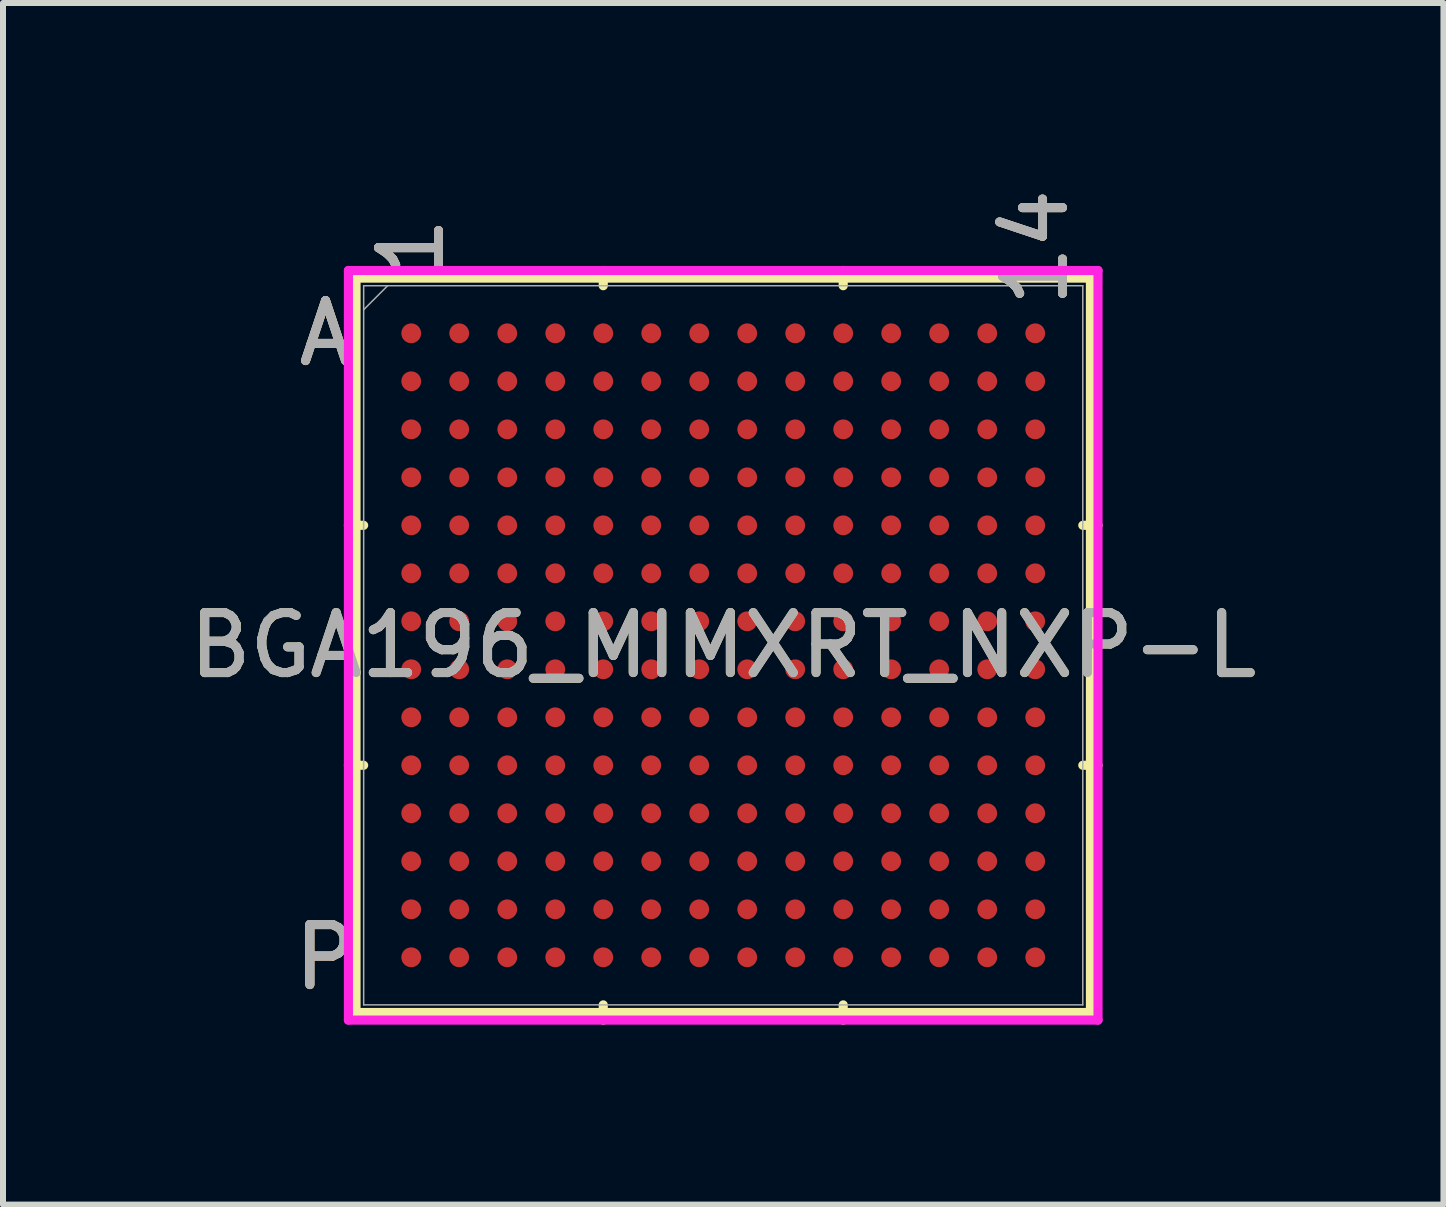
<source format=kicad_pcb>
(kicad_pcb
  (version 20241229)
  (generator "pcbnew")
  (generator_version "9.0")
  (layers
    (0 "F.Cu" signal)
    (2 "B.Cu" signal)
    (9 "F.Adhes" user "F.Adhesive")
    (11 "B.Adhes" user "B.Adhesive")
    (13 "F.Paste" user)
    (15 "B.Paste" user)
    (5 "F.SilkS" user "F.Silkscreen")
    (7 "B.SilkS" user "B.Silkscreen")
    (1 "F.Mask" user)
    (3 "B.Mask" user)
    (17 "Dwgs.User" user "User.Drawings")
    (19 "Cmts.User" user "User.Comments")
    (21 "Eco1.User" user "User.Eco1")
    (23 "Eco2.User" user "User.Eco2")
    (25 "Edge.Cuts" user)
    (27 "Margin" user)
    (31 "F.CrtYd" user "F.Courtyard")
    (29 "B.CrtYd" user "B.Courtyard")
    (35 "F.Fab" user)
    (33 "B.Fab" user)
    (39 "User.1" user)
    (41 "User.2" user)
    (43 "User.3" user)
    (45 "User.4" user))
  (footprint "BGA196_MIMXRT_NXP-L"
    (layer "F.Cu")
    (at 9.006 7.707)
    (property "Reference" "BGA196_MIMXRT_NXP-L" (at 0 0 0) (unlocked yes) (layer "F.SilkS") (effects (font (size 1 1) (thickness 0.15))))
    (attr smd)
    (fp_line (start -6.121 -6.121) (end -6.121 6.121) (stroke (width 0.152) (type solid)) (layer "F.SilkS"))
    (fp_line (start -6.121 6.121) (end 6.121 6.121) (stroke (width 0.152) (type solid)) (layer "F.SilkS"))
    (fp_line (start -5.994 -2) (end -6.248 -2) (stroke (width 0.152) (type solid)) (layer "F.SilkS"))
    (fp_line (start -5.994 2) (end -6.248 2) (stroke (width 0.152) (type solid)) (layer "F.SilkS"))
    (fp_line (start -2 -5.994) (end -2 -6.248) (stroke (width 0.152) (type solid)) (layer "F.SilkS"))
    (fp_line (start -2 5.994) (end -2 6.248) (stroke (width 0.152) (type solid)) (layer "F.SilkS"))
    (fp_line (start 2 -5.994) (end 2 -6.248) (stroke (width 0.152) (type solid)) (layer "F.SilkS"))
    (fp_line (start 2 5.994) (end 2 6.248) (stroke (width 0.152) (type solid)) (layer "F.SilkS"))
    (fp_line (start 5.994 -2) (end 6.248 -2) (stroke (width 0.152) (type solid)) (layer "F.SilkS"))
    (fp_line (start 5.994 2) (end 6.248 2) (stroke (width 0.152) (type solid)) (layer "F.SilkS"))
    (fp_line (start 6.121 -6.121) (end -6.121 -6.121) (stroke (width 0.152) (type solid)) (layer "F.SilkS"))
    (fp_line (start 6.121 6.121) (end 6.121 -6.121) (stroke (width 0.152) (type solid)) (layer "F.SilkS"))
    (fp_poly (pts (xy -6.045 -6.045) (xy 6.045 -6.045) (xy 6.045 6.045) (xy -6.045 6.045)) (stroke (width 0.1) (type solid)) (fill no) (layer "Eco2.User"))
    (fp_line (start -6.248 -6.248) (end 6.248 -6.248) (stroke (width 0.152) (type solid)) (layer "F.CrtYd"))
    (fp_line (start -6.248 6.248) (end -6.248 -6.248) (stroke (width 0.152) (type solid)) (layer "F.CrtYd"))
    (fp_line (start 6.248 -6.248) (end 6.248 6.248) (stroke (width 0.152) (type solid)) (layer "F.CrtYd"))
    (fp_line (start 6.248 6.248) (end -6.248 6.248) (stroke (width 0.152) (type solid)) (layer "F.CrtYd"))
    (fp_line (start -5.994 -5.994) (end -5.994 5.994) (stroke (width 0.025) (type solid)) (layer "F.Fab"))
    (fp_line (start -5.994 5.994) (end 5.994 5.994) (stroke (width 0.025) (type solid)) (layer "F.Fab"))
    (fp_line (start -5.594 -5.994) (end -5.994 -5.594) (stroke (width 0.025) (type solid)) (layer "F.Fab"))
    (fp_line (start 5.994 -5.994) (end -5.994 -5.994) (stroke (width 0.025) (type solid)) (layer "F.Fab"))
    (fp_line (start 5.994 5.994) (end 5.994 -5.994) (stroke (width 0.025) (type solid)) (layer "F.Fab"))
    (fp_text user "1" (at -5.201 -6.629 90) (unlocked yes) (layer "F.SilkS") (effects (font (size 1 1) (thickness 0.15))))
    (fp_text user "P" (at -6.629 5.201 0) (unlocked yes) (layer "F.SilkS") (effects (font (size 1 1) (thickness 0.15))))
    (fp_text user "A" (at -6.629 -5.201 0) (unlocked yes) (layer "F.SilkS") (effects (font (size 1 1) (thickness 0.15))))
    (fp_text user "14" (at 5.201 -6.629 90) (unlocked yes) (layer "F.SilkS") (effects (font (size 1 1) (thickness 0.15))))
    (fp_text user "A" (at -6.629 -5.201 0) (unlocked yes) (layer "B.SilkS") (effects (font (size 1 1) (thickness 0.15))))
    (fp_text user "14" (at 5.201 -6.629 90) (unlocked yes) (layer "B.SilkS") (effects (font (size 1 1) (thickness 0.15))))
    (fp_text user "P" (at -6.629 5.201 0) (unlocked yes) (layer "B.SilkS") (effects (font (size 1 1) (thickness 0.15))))
    (fp_text user "1" (at -5.201 -6.629 90) (unlocked yes) (layer "B.SilkS") (effects (font (size 1 1) (thickness 0.15))))
    (fp_text user "14" (at 5.201 -6.629 90) (unlocked yes) (layer "F.Fab") (effects (font (size 1 1) (thickness 0.15))))
    (fp_text user "A" (at -6.629 -5.201 0) (unlocked yes) (layer "F.Fab") (effects (font (size 1 1) (thickness 0.15))))
    (fp_text user "${REFERENCE}" (at 0 0 0) (unlocked yes) (layer "F.Fab") (effects (font (size 1 1) (thickness 0.15))))
    (fp_text user "1" (at -5.201 -6.629 90) (unlocked yes) (layer "F.Fab") (effects (font (size 1 1) (thickness 0.15))))
    (fp_text user "P" (at -6.629 5.201 0) (unlocked yes) (layer "F.Fab") (effects (font (size 1 1) (thickness 0.15))))
    (pad "A1" smd circle (at -5.201 -5.201) (size 0.33 0.33) (layers "F.Cu" "F.Mask" "F.Paste"))
    (pad "A2" smd circle (at -4.401 -5.201) (size 0.33 0.33) (layers "F.Cu" "F.Mask" "F.Paste"))
    (pad "A3" smd circle (at -3.6 -5.201) (size 0.33 0.33) (layers "F.Cu" "F.Mask" "F.Paste"))
    (pad "A4" smd circle (at -2.8 -5.201) (size 0.33 0.33) (layers "F.Cu" "F.Mask" "F.Paste"))
    (pad "A5" smd circle (at -2 -5.201) (size 0.33 0.33) (layers "F.Cu" "F.Mask" "F.Paste"))
    (pad "A6" smd circle (at -1.2 -5.201) (size 0.33 0.33) (layers "F.Cu" "F.Mask" "F.Paste"))
    (pad "A7" smd circle (at -0.4 -5.201) (size 0.33 0.33) (layers "F.Cu" "F.Mask" "F.Paste"))
    (pad "A8" smd circle (at 0.4 -5.201) (size 0.33 0.33) (layers "F.Cu" "F.Mask" "F.Paste"))
    (pad "A9" smd circle (at 1.2 -5.201) (size 0.33 0.33) (layers "F.Cu" "F.Mask" "F.Paste"))
    (pad "A10" smd circle (at 2 -5.201) (size 0.33 0.33) (layers "F.Cu" "F.Mask" "F.Paste"))
    (pad "A11" smd circle (at 2.8 -5.201) (size 0.33 0.33) (layers "F.Cu" "F.Mask" "F.Paste"))
    (pad "A12" smd circle (at 3.6 -5.201) (size 0.33 0.33) (layers "F.Cu" "F.Mask" "F.Paste"))
    (pad "A13" smd circle (at 4.401 -5.201) (size 0.33 0.33) (layers "F.Cu" "F.Mask" "F.Paste"))
    (pad "A14" smd circle (at 5.201 -5.201) (size 0.33 0.33) (layers "F.Cu" "F.Mask" "F.Paste"))
    (pad "B1" smd circle (at -5.201 -4.401) (size 0.33 0.33) (layers "F.Cu" "F.Mask" "F.Paste"))
    (pad "B2" smd circle (at -4.401 -4.401) (size 0.33 0.33) (layers "F.Cu" "F.Mask" "F.Paste"))
    (pad "B3" smd circle (at -3.6 -4.401) (size 0.33 0.33) (layers "F.Cu" "F.Mask" "F.Paste"))
    (pad "B4" smd circle (at -2.8 -4.401) (size 0.33 0.33) (layers "F.Cu" "F.Mask" "F.Paste"))
    (pad "B5" smd circle (at -2 -4.401) (size 0.33 0.33) (layers "F.Cu" "F.Mask" "F.Paste"))
    (pad "B6" smd circle (at -1.2 -4.401) (size 0.33 0.33) (layers "F.Cu" "F.Mask" "F.Paste"))
    (pad "B7" smd circle (at -0.4 -4.401) (size 0.33 0.33) (layers "F.Cu" "F.Mask" "F.Paste"))
    (pad "B8" smd circle (at 0.4 -4.401) (size 0.33 0.33) (layers "F.Cu" "F.Mask" "F.Paste"))
    (pad "B9" smd circle (at 1.2 -4.401) (size 0.33 0.33) (layers "F.Cu" "F.Mask" "F.Paste"))
    (pad "B10" smd circle (at 2 -4.401) (size 0.33 0.33) (layers "F.Cu" "F.Mask" "F.Paste"))
    (pad "B11" smd circle (at 2.8 -4.401) (size 0.33 0.33) (layers "F.Cu" "F.Mask" "F.Paste"))
    (pad "B12" smd circle (at 3.6 -4.401) (size 0.33 0.33) (layers "F.Cu" "F.Mask" "F.Paste"))
    (pad "B13" smd circle (at 4.401 -4.401) (size 0.33 0.33) (layers "F.Cu" "F.Mask" "F.Paste"))
    (pad "B14" smd circle (at 5.201 -4.401) (size 0.33 0.33) (layers "F.Cu" "F.Mask" "F.Paste"))
    (pad "C1" smd circle (at -5.201 -3.6) (size 0.33 0.33) (layers "F.Cu" "F.Mask" "F.Paste"))
    (pad "C2" smd circle (at -4.401 -3.6) (size 0.33 0.33) (layers "F.Cu" "F.Mask" "F.Paste"))
    (pad "C3" smd circle (at -3.6 -3.6) (size 0.33 0.33) (layers "F.Cu" "F.Mask" "F.Paste"))
    (pad "C4" smd circle (at -2.8 -3.6) (size 0.33 0.33) (layers "F.Cu" "F.Mask" "F.Paste"))
    (pad "C5" smd circle (at -2 -3.6) (size 0.33 0.33) (layers "F.Cu" "F.Mask" "F.Paste"))
    (pad "C6" smd circle (at -1.2 -3.6) (size 0.33 0.33) (layers "F.Cu" "F.Mask" "F.Paste"))
    (pad "C7" smd circle (at -0.4 -3.6) (size 0.33 0.33) (layers "F.Cu" "F.Mask" "F.Paste"))
    (pad "C8" smd circle (at 0.4 -3.6) (size 0.33 0.33) (layers "F.Cu" "F.Mask" "F.Paste"))
    (pad "C9" smd circle (at 1.2 -3.6) (size 0.33 0.33) (layers "F.Cu" "F.Mask" "F.Paste"))
    (pad "C10" smd circle (at 2 -3.6) (size 0.33 0.33) (layers "F.Cu" "F.Mask" "F.Paste"))
    (pad "C11" smd circle (at 2.8 -3.6) (size 0.33 0.33) (layers "F.Cu" "F.Mask" "F.Paste"))
    (pad "C12" smd circle (at 3.6 -3.6) (size 0.33 0.33) (layers "F.Cu" "F.Mask" "F.Paste"))
    (pad "C13" smd circle (at 4.401 -3.6) (size 0.33 0.33) (layers "F.Cu" "F.Mask" "F.Paste"))
    (pad "C14" smd circle (at 5.201 -3.6) (size 0.33 0.33) (layers "F.Cu" "F.Mask" "F.Paste"))
    (pad "D1" smd circle (at -5.201 -2.8) (size 0.33 0.33) (layers "F.Cu" "F.Mask" "F.Paste"))
    (pad "D2" smd circle (at -4.401 -2.8) (size 0.33 0.33) (layers "F.Cu" "F.Mask" "F.Paste"))
    (pad "D3" smd circle (at -3.6 -2.8) (size 0.33 0.33) (layers "F.Cu" "F.Mask" "F.Paste"))
    (pad "D4" smd circle (at -2.8 -2.8) (size 0.33 0.33) (layers "F.Cu" "F.Mask" "F.Paste"))
    (pad "D5" smd circle (at -2 -2.8) (size 0.33 0.33) (layers "F.Cu" "F.Mask" "F.Paste"))
    (pad "D6" smd circle (at -1.2 -2.8) (size 0.33 0.33) (layers "F.Cu" "F.Mask" "F.Paste"))
    (pad "D7" smd circle (at -0.4 -2.8) (size 0.33 0.33) (layers "F.Cu" "F.Mask" "F.Paste"))
    (pad "D8" smd circle (at 0.4 -2.8) (size 0.33 0.33) (layers "F.Cu" "F.Mask" "F.Paste"))
    (pad "D9" smd circle (at 1.2 -2.8) (size 0.33 0.33) (layers "F.Cu" "F.Mask" "F.Paste"))
    (pad "D10" smd circle (at 2 -2.8) (size 0.33 0.33) (layers "F.Cu" "F.Mask" "F.Paste"))
    (pad "D11" smd circle (at 2.8 -2.8) (size 0.33 0.33) (layers "F.Cu" "F.Mask" "F.Paste"))
    (pad "D12" smd circle (at 3.6 -2.8) (size 0.33 0.33) (layers "F.Cu" "F.Mask" "F.Paste"))
    (pad "D13" smd circle (at 4.401 -2.8) (size 0.33 0.33) (layers "F.Cu" "F.Mask" "F.Paste"))
    (pad "D14" smd circle (at 5.201 -2.8) (size 0.33 0.33) (layers "F.Cu" "F.Mask" "F.Paste"))
    (pad "E1" smd circle (at -5.201 -2) (size 0.33 0.33) (layers "F.Cu" "F.Mask" "F.Paste"))
    (pad "E2" smd circle (at -4.401 -2) (size 0.33 0.33) (layers "F.Cu" "F.Mask" "F.Paste"))
    (pad "E3" smd circle (at -3.6 -2) (size 0.33 0.33) (layers "F.Cu" "F.Mask" "F.Paste"))
    (pad "E4" smd circle (at -2.8 -2) (size 0.33 0.33) (layers "F.Cu" "F.Mask" "F.Paste"))
    (pad "E5" smd circle (at -2 -2) (size 0.33 0.33) (layers "F.Cu" "F.Mask" "F.Paste"))
    (pad "E6" smd circle (at -1.2 -2) (size 0.33 0.33) (layers "F.Cu" "F.Mask" "F.Paste"))
    (pad "E7" smd circle (at -0.4 -2) (size 0.33 0.33) (layers "F.Cu" "F.Mask" "F.Paste"))
    (pad "E8" smd circle (at 0.4 -2) (size 0.33 0.33) (layers "F.Cu" "F.Mask" "F.Paste"))
    (pad "E9" smd circle (at 1.2 -2) (size 0.33 0.33) (layers "F.Cu" "F.Mask" "F.Paste"))
    (pad "E10" smd circle (at 2 -2) (size 0.33 0.33) (layers "F.Cu" "F.Mask" "F.Paste"))
    (pad "E11" smd circle (at 2.8 -2) (size 0.33 0.33) (layers "F.Cu" "F.Mask" "F.Paste"))
    (pad "E12" smd circle (at 3.6 -2) (size 0.33 0.33) (layers "F.Cu" "F.Mask" "F.Paste"))
    (pad "E13" smd circle (at 4.401 -2) (size 0.33 0.33) (layers "F.Cu" "F.Mask" "F.Paste"))
    (pad "E14" smd circle (at 5.201 -2) (size 0.33 0.33) (layers "F.Cu" "F.Mask" "F.Paste"))
    (pad "F1" smd circle (at -5.201 -1.2) (size 0.33 0.33) (layers "F.Cu" "F.Mask" "F.Paste"))
    (pad "F2" smd circle (at -4.401 -1.2) (size 0.33 0.33) (layers "F.Cu" "F.Mask" "F.Paste"))
    (pad "F3" smd circle (at -3.6 -1.2) (size 0.33 0.33) (layers "F.Cu" "F.Mask" "F.Paste"))
    (pad "F4" smd circle (at -2.8 -1.2) (size 0.33 0.33) (layers "F.Cu" "F.Mask" "F.Paste"))
    (pad "F5" smd circle (at -2 -1.2) (size 0.33 0.33) (layers "F.Cu" "F.Mask" "F.Paste"))
    (pad "F6" smd circle (at -1.2 -1.2) (size 0.33 0.33) (layers "F.Cu" "F.Mask" "F.Paste"))
    (pad "F7" smd circle (at -0.4 -1.2) (size 0.33 0.33) (layers "F.Cu" "F.Mask" "F.Paste"))
    (pad "F8" smd circle (at 0.4 -1.2) (size 0.33 0.33) (layers "F.Cu" "F.Mask" "F.Paste"))
    (pad "F9" smd circle (at 1.2 -1.2) (size 0.33 0.33) (layers "F.Cu" "F.Mask" "F.Paste"))
    (pad "F10" smd circle (at 2 -1.2) (size 0.33 0.33) (layers "F.Cu" "F.Mask" "F.Paste"))
    (pad "F11" smd circle (at 2.8 -1.2) (size 0.33 0.33) (layers "F.Cu" "F.Mask" "F.Paste"))
    (pad "F12" smd circle (at 3.6 -1.2) (size 0.33 0.33) (layers "F.Cu" "F.Mask" "F.Paste"))
    (pad "F13" smd circle (at 4.401 -1.2) (size 0.33 0.33) (layers "F.Cu" "F.Mask" "F.Paste"))
    (pad "F14" smd circle (at 5.201 -1.2) (size 0.33 0.33) (layers "F.Cu" "F.Mask" "F.Paste"))
    (pad "G1" smd circle (at -5.201 -0.4) (size 0.33 0.33) (layers "F.Cu" "F.Mask" "F.Paste"))
    (pad "G2" smd circle (at -4.401 -0.4) (size 0.33 0.33) (layers "F.Cu" "F.Mask" "F.Paste"))
    (pad "G3" smd circle (at -3.6 -0.4) (size 0.33 0.33) (layers "F.Cu" "F.Mask" "F.Paste"))
    (pad "G4" smd circle (at -2.8 -0.4) (size 0.33 0.33) (layers "F.Cu" "F.Mask" "F.Paste"))
    (pad "G5" smd circle (at -2 -0.4) (size 0.33 0.33) (layers "F.Cu" "F.Mask" "F.Paste"))
    (pad "G6" smd circle (at -1.2 -0.4) (size 0.33 0.33) (layers "F.Cu" "F.Mask" "F.Paste"))
    (pad "G7" smd circle (at -0.4 -0.4) (size 0.33 0.33) (layers "F.Cu" "F.Mask" "F.Paste"))
    (pad "G8" smd circle (at 0.4 -0.4) (size 0.33 0.33) (layers "F.Cu" "F.Mask" "F.Paste"))
    (pad "G9" smd circle (at 1.2 -0.4) (size 0.33 0.33) (layers "F.Cu" "F.Mask" "F.Paste"))
    (pad "G10" smd circle (at 2 -0.4) (size 0.33 0.33) (layers "F.Cu" "F.Mask" "F.Paste"))
    (pad "G11" smd circle (at 2.8 -0.4) (size 0.33 0.33) (layers "F.Cu" "F.Mask" "F.Paste"))
    (pad "G12" smd circle (at 3.6 -0.4) (size 0.33 0.33) (layers "F.Cu" "F.Mask" "F.Paste"))
    (pad "G13" smd circle (at 4.401 -0.4) (size 0.33 0.33) (layers "F.Cu" "F.Mask" "F.Paste"))
    (pad "G14" smd circle (at 5.201 -0.4) (size 0.33 0.33) (layers "F.Cu" "F.Mask" "F.Paste"))
    (pad "H1" smd circle (at -5.201 0.4) (size 0.33 0.33) (layers "F.Cu" "F.Mask" "F.Paste"))
    (pad "H2" smd circle (at -4.401 0.4) (size 0.33 0.33) (layers "F.Cu" "F.Mask" "F.Paste"))
    (pad "H3" smd circle (at -3.6 0.4) (size 0.33 0.33) (layers "F.Cu" "F.Mask" "F.Paste"))
    (pad "H4" smd circle (at -2.8 0.4) (size 0.33 0.33) (layers "F.Cu" "F.Mask" "F.Paste"))
    (pad "H5" smd circle (at -2 0.4) (size 0.33 0.33) (layers "F.Cu" "F.Mask" "F.Paste"))
    (pad "H6" smd circle (at -1.2 0.4) (size 0.33 0.33) (layers "F.Cu" "F.Mask" "F.Paste"))
    (pad "H7" smd circle (at -0.4 0.4) (size 0.33 0.33) (layers "F.Cu" "F.Mask" "F.Paste"))
    (pad "H8" smd circle (at 0.4 0.4) (size 0.33 0.33) (layers "F.Cu" "F.Mask" "F.Paste"))
    (pad "H9" smd circle (at 1.2 0.4) (size 0.33 0.33) (layers "F.Cu" "F.Mask" "F.Paste"))
    (pad "H10" smd circle (at 2 0.4) (size 0.33 0.33) (layers "F.Cu" "F.Mask" "F.Paste"))
    (pad "H11" smd circle (at 2.8 0.4) (size 0.33 0.33) (layers "F.Cu" "F.Mask" "F.Paste"))
    (pad "H12" smd circle (at 3.6 0.4) (size 0.33 0.33) (layers "F.Cu" "F.Mask" "F.Paste"))
    (pad "H13" smd circle (at 4.401 0.4) (size 0.33 0.33) (layers "F.Cu" "F.Mask" "F.Paste"))
    (pad "H14" smd circle (at 5.201 0.4) (size 0.33 0.33) (layers "F.Cu" "F.Mask" "F.Paste"))
    (pad "J1" smd circle (at -5.201 1.2) (size 0.33 0.33) (layers "F.Cu" "F.Mask" "F.Paste"))
    (pad "J2" smd circle (at -4.401 1.2) (size 0.33 0.33) (layers "F.Cu" "F.Mask" "F.Paste"))
    (pad "J3" smd circle (at -3.6 1.2) (size 0.33 0.33) (layers "F.Cu" "F.Mask" "F.Paste"))
    (pad "J4" smd circle (at -2.8 1.2) (size 0.33 0.33) (layers "F.Cu" "F.Mask" "F.Paste"))
    (pad "J5" smd circle (at -2 1.2) (size 0.33 0.33) (layers "F.Cu" "F.Mask" "F.Paste"))
    (pad "J6" smd circle (at -1.2 1.2) (size 0.33 0.33) (layers "F.Cu" "F.Mask" "F.Paste"))
    (pad "J7" smd circle (at -0.4 1.2) (size 0.33 0.33) (layers "F.Cu" "F.Mask" "F.Paste"))
    (pad "J8" smd circle (at 0.4 1.2) (size 0.33 0.33) (layers "F.Cu" "F.Mask" "F.Paste"))
    (pad "J9" smd circle (at 1.2 1.2) (size 0.33 0.33) (layers "F.Cu" "F.Mask" "F.Paste"))
    (pad "J10" smd circle (at 2 1.2) (size 0.33 0.33) (layers "F.Cu" "F.Mask" "F.Paste"))
    (pad "J11" smd circle (at 2.8 1.2) (size 0.33 0.33) (layers "F.Cu" "F.Mask" "F.Paste"))
    (pad "J12" smd circle (at 3.6 1.2) (size 0.33 0.33) (layers "F.Cu" "F.Mask" "F.Paste"))
    (pad "J13" smd circle (at 4.401 1.2) (size 0.33 0.33) (layers "F.Cu" "F.Mask" "F.Paste"))
    (pad "J14" smd circle (at 5.201 1.2) (size 0.33 0.33) (layers "F.Cu" "F.Mask" "F.Paste"))
    (pad "K1" smd circle (at -5.201 2) (size 0.33 0.33) (layers "F.Cu" "F.Mask" "F.Paste"))
    (pad "K2" smd circle (at -4.401 2) (size 0.33 0.33) (layers "F.Cu" "F.Mask" "F.Paste"))
    (pad "K3" smd circle (at -3.6 2) (size 0.33 0.33) (layers "F.Cu" "F.Mask" "F.Paste"))
    (pad "K4" smd circle (at -2.8 2) (size 0.33 0.33) (layers "F.Cu" "F.Mask" "F.Paste"))
    (pad "K5" smd circle (at -2 2) (size 0.33 0.33) (layers "F.Cu" "F.Mask" "F.Paste"))
    (pad "K6" smd circle (at -1.2 2) (size 0.33 0.33) (layers "F.Cu" "F.Mask" "F.Paste"))
    (pad "K7" smd circle (at -0.4 2) (size 0.33 0.33) (layers "F.Cu" "F.Mask" "F.Paste"))
    (pad "K8" smd circle (at 0.4 2) (size 0.33 0.33) (layers "F.Cu" "F.Mask" "F.Paste"))
    (pad "K9" smd circle (at 1.2 2) (size 0.33 0.33) (layers "F.Cu" "F.Mask" "F.Paste"))
    (pad "K10" smd circle (at 2 2) (size 0.33 0.33) (layers "F.Cu" "F.Mask" "F.Paste"))
    (pad "K11" smd circle (at 2.8 2) (size 0.33 0.33) (layers "F.Cu" "F.Mask" "F.Paste"))
    (pad "K12" smd circle (at 3.6 2) (size 0.33 0.33) (layers "F.Cu" "F.Mask" "F.Paste"))
    (pad "K13" smd circle (at 4.401 2) (size 0.33 0.33) (layers "F.Cu" "F.Mask" "F.Paste"))
    (pad "K14" smd circle (at 5.201 2) (size 0.33 0.33) (layers "F.Cu" "F.Mask" "F.Paste"))
    (pad "L1" smd circle (at -5.201 2.8) (size 0.33 0.33) (layers "F.Cu" "F.Mask" "F.Paste"))
    (pad "L2" smd circle (at -4.401 2.8) (size 0.33 0.33) (layers "F.Cu" "F.Mask" "F.Paste"))
    (pad "L3" smd circle (at -3.6 2.8) (size 0.33 0.33) (layers "F.Cu" "F.Mask" "F.Paste"))
    (pad "L4" smd circle (at -2.8 2.8) (size 0.33 0.33) (layers "F.Cu" "F.Mask" "F.Paste"))
    (pad "L5" smd circle (at -2 2.8) (size 0.33 0.33) (layers "F.Cu" "F.Mask" "F.Paste"))
    (pad "L6" smd circle (at -1.2 2.8) (size 0.33 0.33) (layers "F.Cu" "F.Mask" "F.Paste"))
    (pad "L7" smd circle (at -0.4 2.8) (size 0.33 0.33) (layers "F.Cu" "F.Mask" "F.Paste"))
    (pad "L8" smd circle (at 0.4 2.8) (size 0.33 0.33) (layers "F.Cu" "F.Mask" "F.Paste"))
    (pad "L9" smd circle (at 1.2 2.8) (size 0.33 0.33) (layers "F.Cu" "F.Mask" "F.Paste"))
    (pad "L10" smd circle (at 2 2.8) (size 0.33 0.33) (layers "F.Cu" "F.Mask" "F.Paste"))
    (pad "L11" smd circle (at 2.8 2.8) (size 0.33 0.33) (layers "F.Cu" "F.Mask" "F.Paste"))
    (pad "L12" smd circle (at 3.6 2.8) (size 0.33 0.33) (layers "F.Cu" "F.Mask" "F.Paste"))
    (pad "L13" smd circle (at 4.401 2.8) (size 0.33 0.33) (layers "F.Cu" "F.Mask" "F.Paste"))
    (pad "L14" smd circle (at 5.201 2.8) (size 0.33 0.33) (layers "F.Cu" "F.Mask" "F.Paste"))
    (pad "M1" smd circle (at -5.201 3.6) (size 0.33 0.33) (layers "F.Cu" "F.Mask" "F.Paste"))
    (pad "M2" smd circle (at -4.401 3.6) (size 0.33 0.33) (layers "F.Cu" "F.Mask" "F.Paste"))
    (pad "M3" smd circle (at -3.6 3.6) (size 0.33 0.33) (layers "F.Cu" "F.Mask" "F.Paste"))
    (pad "M4" smd circle (at -2.8 3.6) (size 0.33 0.33) (layers "F.Cu" "F.Mask" "F.Paste"))
    (pad "M5" smd circle (at -2 3.6) (size 0.33 0.33) (layers "F.Cu" "F.Mask" "F.Paste"))
    (pad "M6" smd circle (at -1.2 3.6) (size 0.33 0.33) (layers "F.Cu" "F.Mask" "F.Paste"))
    (pad "M7" smd circle (at -0.4 3.6) (size 0.33 0.33) (layers "F.Cu" "F.Mask" "F.Paste"))
    (pad "M8" smd circle (at 0.4 3.6) (size 0.33 0.33) (layers "F.Cu" "F.Mask" "F.Paste"))
    (pad "M9" smd circle (at 1.2 3.6) (size 0.33 0.33) (layers "F.Cu" "F.Mask" "F.Paste"))
    (pad "M10" smd circle (at 2 3.6) (size 0.33 0.33) (layers "F.Cu" "F.Mask" "F.Paste"))
    (pad "M11" smd circle (at 2.8 3.6) (size 0.33 0.33) (layers "F.Cu" "F.Mask" "F.Paste"))
    (pad "M12" smd circle (at 3.6 3.6) (size 0.33 0.33) (layers "F.Cu" "F.Mask" "F.Paste"))
    (pad "M13" smd circle (at 4.401 3.6) (size 0.33 0.33) (layers "F.Cu" "F.Mask" "F.Paste"))
    (pad "M14" smd circle (at 5.201 3.6) (size 0.33 0.33) (layers "F.Cu" "F.Mask" "F.Paste"))
    (pad "N1" smd circle (at -5.201 4.401) (size 0.33 0.33) (layers "F.Cu" "F.Mask" "F.Paste"))
    (pad "N2" smd circle (at -4.401 4.401) (size 0.33 0.33) (layers "F.Cu" "F.Mask" "F.Paste"))
    (pad "N3" smd circle (at -3.6 4.401) (size 0.33 0.33) (layers "F.Cu" "F.Mask" "F.Paste"))
    (pad "N4" smd circle (at -2.8 4.401) (size 0.33 0.33) (layers "F.Cu" "F.Mask" "F.Paste"))
    (pad "N5" smd circle (at -2 4.401) (size 0.33 0.33) (layers "F.Cu" "F.Mask" "F.Paste"))
    (pad "N6" smd circle (at -1.2 4.401) (size 0.33 0.33) (layers "F.Cu" "F.Mask" "F.Paste"))
    (pad "N7" smd circle (at -0.4 4.401) (size 0.33 0.33) (layers "F.Cu" "F.Mask" "F.Paste"))
    (pad "N8" smd circle (at 0.4 4.401) (size 0.33 0.33) (layers "F.Cu" "F.Mask" "F.Paste"))
    (pad "N9" smd circle (at 1.2 4.401) (size 0.33 0.33) (layers "F.Cu" "F.Mask" "F.Paste"))
    (pad "N10" smd circle (at 2 4.401) (size 0.33 0.33) (layers "F.Cu" "F.Mask" "F.Paste"))
    (pad "N11" smd circle (at 2.8 4.401) (size 0.33 0.33) (layers "F.Cu" "F.Mask" "F.Paste"))
    (pad "N12" smd circle (at 3.6 4.401) (size 0.33 0.33) (layers "F.Cu" "F.Mask" "F.Paste"))
    (pad "N13" smd circle (at 4.401 4.401) (size 0.33 0.33) (layers "F.Cu" "F.Mask" "F.Paste"))
    (pad "N14" smd circle (at 5.201 4.401) (size 0.33 0.33) (layers "F.Cu" "F.Mask" "F.Paste"))
    (pad "P1" smd circle (at -5.201 5.201) (size 0.33 0.33) (layers "F.Cu" "F.Mask" "F.Paste"))
    (pad "P2" smd circle (at -4.401 5.201) (size 0.33 0.33) (layers "F.Cu" "F.Mask" "F.Paste"))
    (pad "P3" smd circle (at -3.6 5.201) (size 0.33 0.33) (layers "F.Cu" "F.Mask" "F.Paste"))
    (pad "P4" smd circle (at -2.8 5.201) (size 0.33 0.33) (layers "F.Cu" "F.Mask" "F.Paste"))
    (pad "P5" smd circle (at -2 5.201) (size 0.33 0.33) (layers "F.Cu" "F.Mask" "F.Paste"))
    (pad "P6" smd circle (at -1.2 5.201) (size 0.33 0.33) (layers "F.Cu" "F.Mask" "F.Paste"))
    (pad "P7" smd circle (at -0.4 5.201) (size 0.33 0.33) (layers "F.Cu" "F.Mask" "F.Paste"))
    (pad "P8" smd circle (at 0.4 5.201) (size 0.33 0.33) (layers "F.Cu" "F.Mask" "F.Paste"))
    (pad "P9" smd circle (at 1.2 5.201) (size 0.33 0.33) (layers "F.Cu" "F.Mask" "F.Paste"))
    (pad "P10" smd circle (at 2 5.201) (size 0.33 0.33) (layers "F.Cu" "F.Mask" "F.Paste"))
    (pad "P11" smd circle (at 2.8 5.201) (size 0.33 0.33) (layers "F.Cu" "F.Mask" "F.Paste"))
    (pad "P12" smd circle (at 3.6 5.201) (size 0.33 0.33) (layers "F.Cu" "F.Mask" "F.Paste"))
    (pad "P13" smd circle (at 4.401 5.201) (size 0.33 0.33) (layers "F.Cu" "F.Mask" "F.Paste"))
    (pad "P14" smd circle (at 5.201 5.201) (size 0.33 0.33) (layers "F.Cu" "F.Mask" "F.Paste")))
  (gr_rect
    (start -3 -3)
    (end 21.012 17.031)
    (stroke (width 0.1) (type default))
    (fill no)
    (layer "Edge.Cuts")))
</source>
